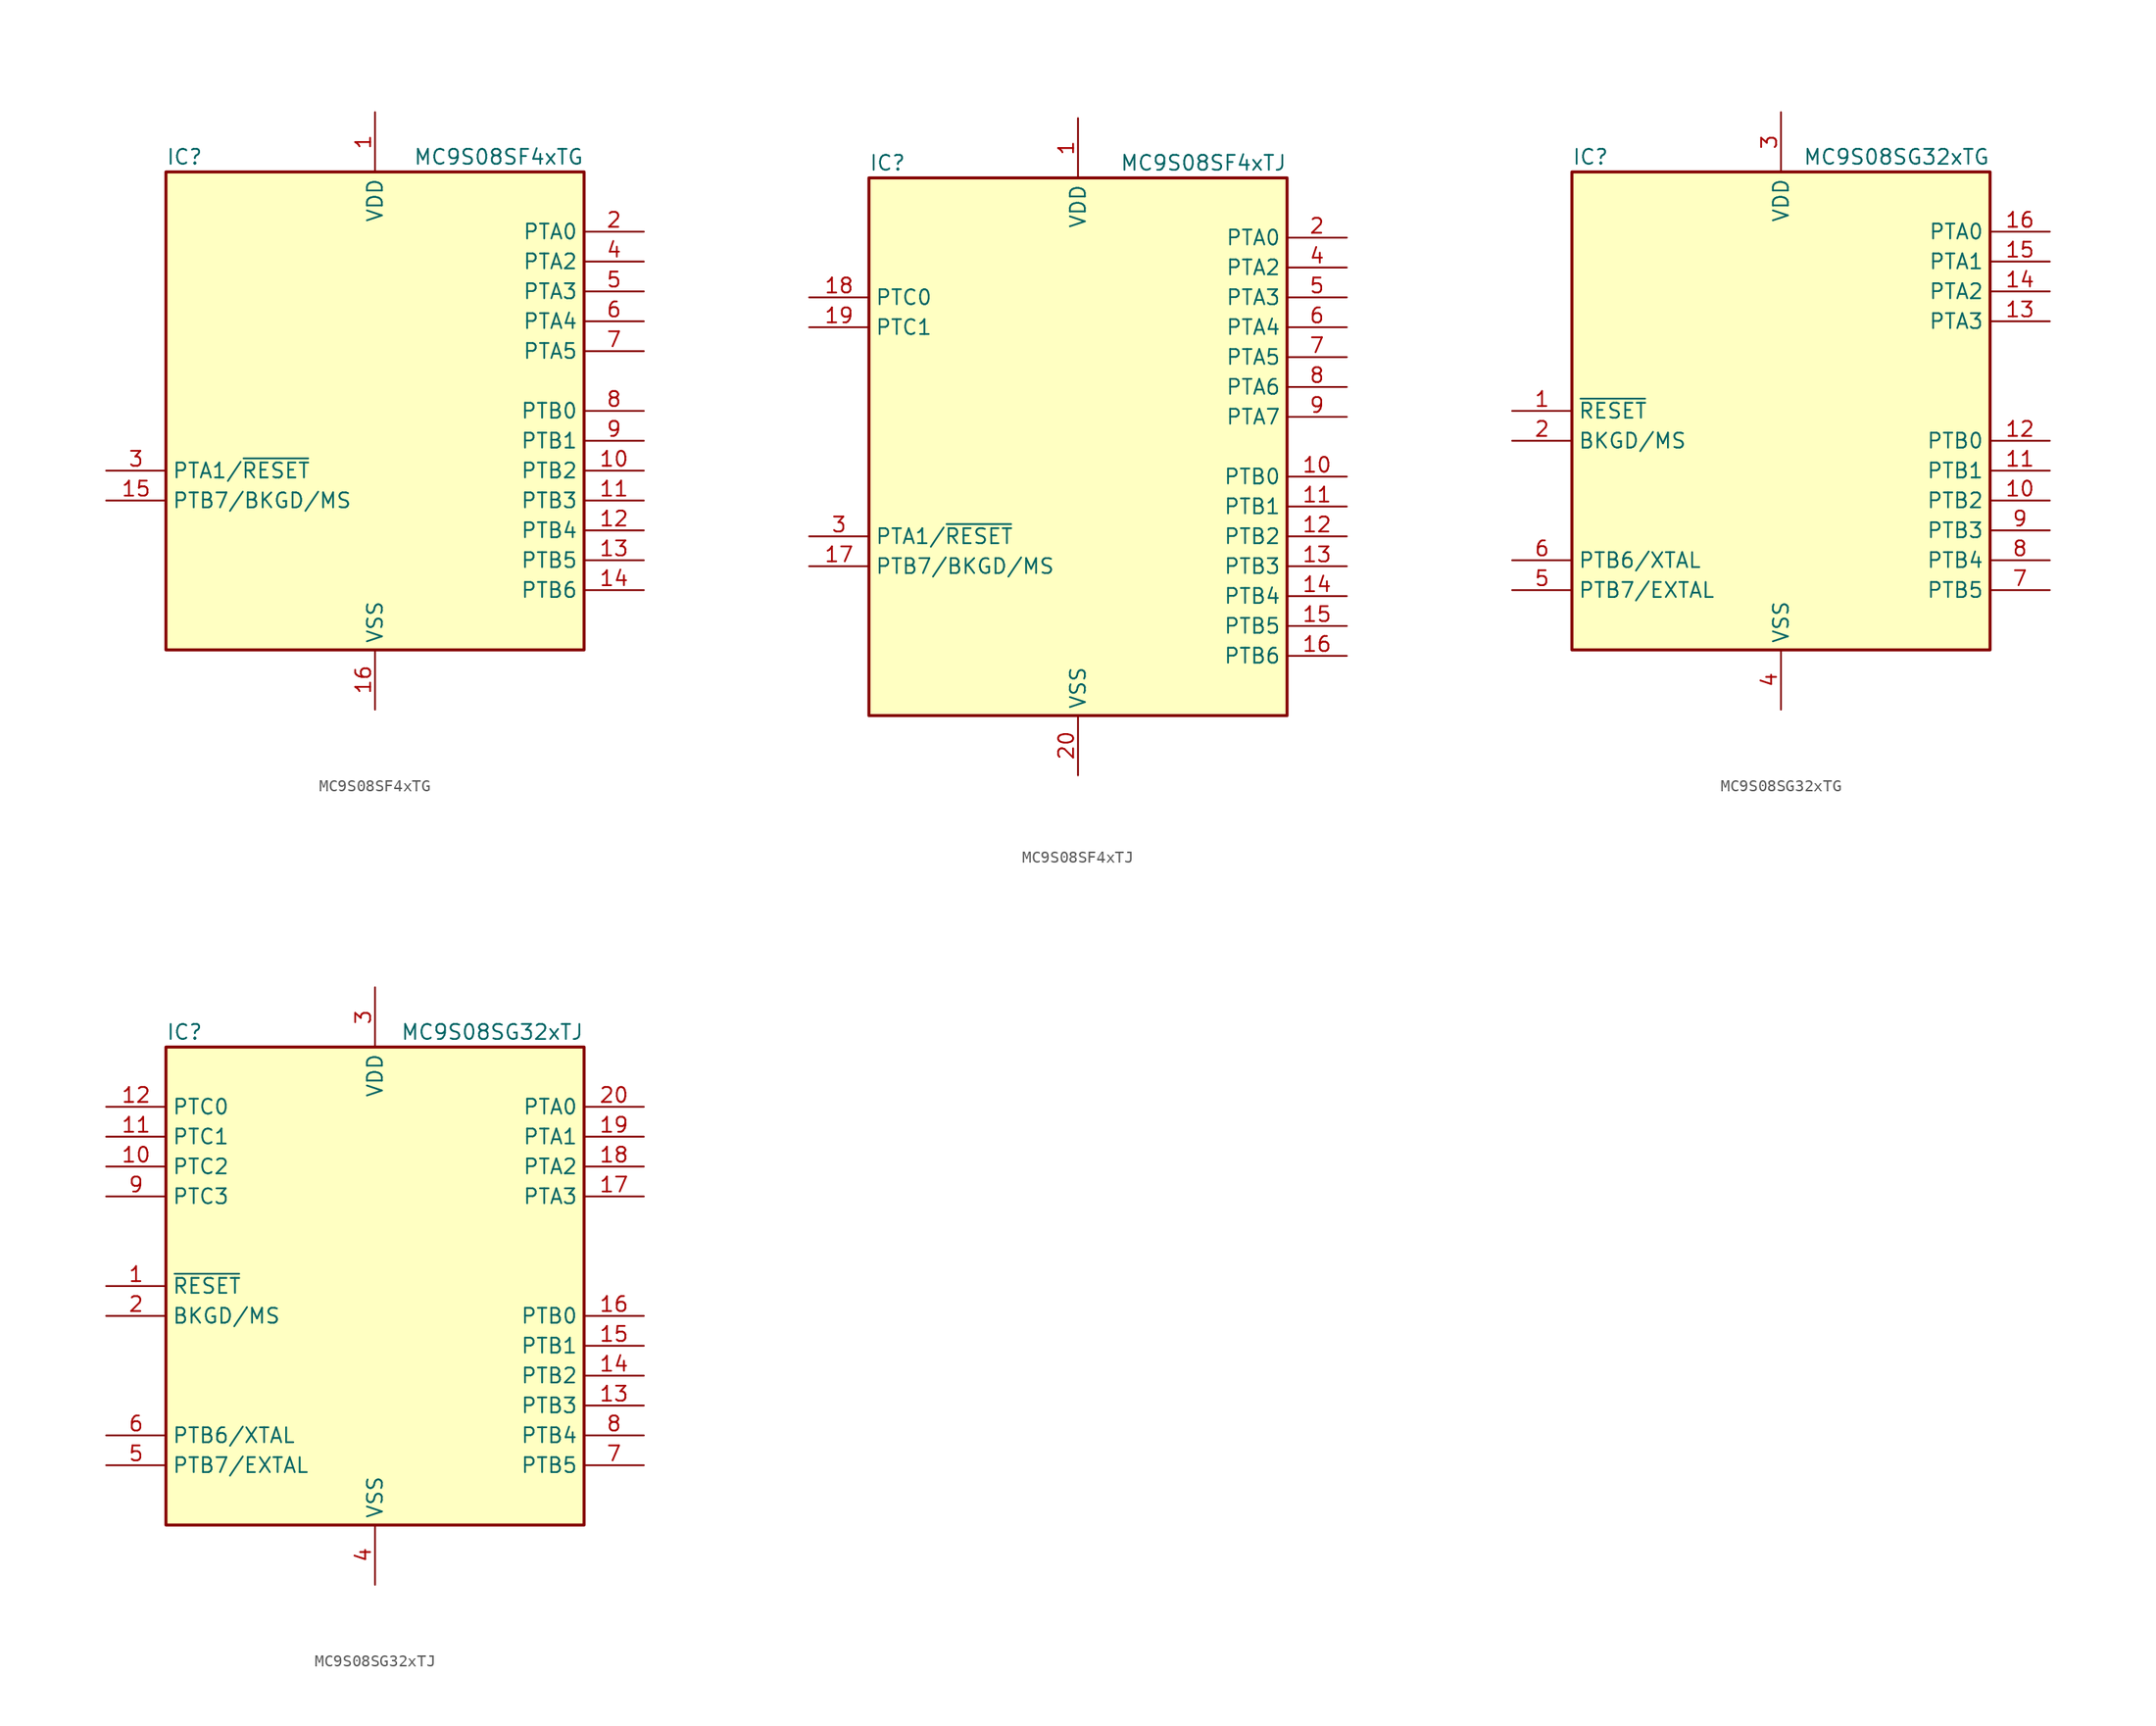
<source format=kicad_sym>
(kicad_symbol_lib
  (version 20211014)
  (generator kicad_symbol_editor)
  (symbol "MC9S08SF4xTG"
    (property "Reference" "IC"
      (at -17.78 21.59 0)
      (effects (font (size 1.27 1.27)) (justify left)))
    (property "Value" "MC9S08SF4xTG"
      (at 17.78 21.59 0)
      (effects (font (size 1.27 1.27)) (justify right)))
    (symbol "MC9S08SF4xTG_0_1"
      (rectangle (start -17.78 20.32) (end 17.78 -20.32) (stroke (width 0.254) (type default) (color 0 0 0 0)) (fill (type background))))
    (symbol "MC9S08SF4xTG_1_1"
      (pin power_in line (at 0 25.4 270) (length 5.08) (name "VDD" (effects (font (size 1.27 1.27)))) (number "1" (effects (font (size 1.27 1.27)))))
      (pin bidirectional line (at 22.86 -5.08 180) (length 5.08) (name "PTB2" (effects (font (size 1.27 1.27)))) (number "10" (effects (font (size 1.27 1.27)))))
      (pin bidirectional line (at 22.86 -7.62 180) (length 5.08) (name "PTB3" (effects (font (size 1.27 1.27)))) (number "11" (effects (font (size 1.27 1.27)))))
      (pin bidirectional line (at 22.86 -10.16 180) (length 5.08) (name "PTB4" (effects (font (size 1.27 1.27)))) (number "12" (effects (font (size 1.27 1.27)))))
      (pin bidirectional line (at 22.86 -12.7 180) (length 5.08) (name "PTB5" (effects (font (size 1.27 1.27)))) (number "13" (effects (font (size 1.27 1.27)))))
      (pin bidirectional line (at 22.86 -15.24 180) (length 5.08) (name "PTB6" (effects (font (size 1.27 1.27)))) (number "14" (effects (font (size 1.27 1.27)))))
      (pin bidirectional line (at -22.86 -7.62 0) (length 5.08) (name "PTB7/BKGD/MS" (effects (font (size 1.27 1.27)))) (number "15" (effects (font (size 1.27 1.27)))))
      (pin power_in line (at 0 -25.4 90) (length 5.08) (name "VSS" (effects (font (size 1.27 1.27)))) (number "16" (effects (font (size 1.27 1.27)))))
      (pin bidirectional line (at 22.86 15.24 180) (length 5.08) (name "PTA0" (effects (font (size 1.27 1.27)))) (number "2" (effects (font (size 1.27 1.27)))))
      (pin bidirectional line (at -22.86 -5.08 0) (length 5.08) (name "PTA1/~{RESET}" (effects (font (size 1.27 1.27)))) (number "3" (effects (font (size 1.27 1.27)))))
      (pin bidirectional line (at 22.86 12.7 180) (length 5.08) (name "PTA2" (effects (font (size 1.27 1.27)))) (number "4" (effects (font (size 1.27 1.27)))))
      (pin bidirectional line (at 22.86 10.16 180) (length 5.08) (name "PTA3" (effects (font (size 1.27 1.27)))) (number "5" (effects (font (size 1.27 1.27)))))
      (pin bidirectional line (at 22.86 7.62 180) (length 5.08) (name "PTA4" (effects (font (size 1.27 1.27)))) (number "6" (effects (font (size 1.27 1.27)))))
      (pin bidirectional line (at 22.86 5.08 180) (length 5.08) (name "PTA5" (effects (font (size 1.27 1.27)))) (number "7" (effects (font (size 1.27 1.27)))))
      (pin bidirectional line (at 22.86 0 180) (length 5.08) (name "PTB0" (effects (font (size 1.27 1.27)))) (number "8" (effects (font (size 1.27 1.27)))))
      (pin bidirectional line (at 22.86 -2.54 180) (length 5.08) (name "PTB1" (effects (font (size 1.27 1.27)))) (number "9" (effects (font (size 1.27 1.27)))))))
  (symbol "MC9S08SF4xTJ"
    (property "Reference" "IC"
      (at -17.78 24.13 0)
      (effects (font (size 1.27 1.27)) (justify left)))
    (property "Value" "MC9S08SF4xTJ"
      (at 17.78 24.13 0)
      (effects (font (size 1.27 1.27)) (justify right)))
    (symbol "MC9S08SF4xTJ_0_1"
      (rectangle (start -17.78 22.86) (end 17.78 -22.86) (stroke (width 0.254) (type default) (color 0 0 0 0)) (fill (type background))))
    (symbol "MC9S08SF4xTJ_1_1"
      (pin power_in line (at 0 27.94 270) (length 5.08) (name "VDD" (effects (font (size 1.27 1.27)))) (number "1" (effects (font (size 1.27 1.27)))))
      (pin bidirectional line (at 22.86 -2.54 180) (length 5.08) (name "PTB0" (effects (font (size 1.27 1.27)))) (number "10" (effects (font (size 1.27 1.27)))))
      (pin bidirectional line (at 22.86 -5.08 180) (length 5.08) (name "PTB1" (effects (font (size 1.27 1.27)))) (number "11" (effects (font (size 1.27 1.27)))))
      (pin bidirectional line (at 22.86 -7.62 180) (length 5.08) (name "PTB2" (effects (font (size 1.27 1.27)))) (number "12" (effects (font (size 1.27 1.27)))))
      (pin bidirectional line (at 22.86 -10.16 180) (length 5.08) (name "PTB3" (effects (font (size 1.27 1.27)))) (number "13" (effects (font (size 1.27 1.27)))))
      (pin bidirectional line (at 22.86 -12.7 180) (length 5.08) (name "PTB4" (effects (font (size 1.27 1.27)))) (number "14" (effects (font (size 1.27 1.27)))))
      (pin bidirectional line (at 22.86 -15.24 180) (length 5.08) (name "PTB5" (effects (font (size 1.27 1.27)))) (number "15" (effects (font (size 1.27 1.27)))))
      (pin bidirectional line (at 22.86 -17.78 180) (length 5.08) (name "PTB6" (effects (font (size 1.27 1.27)))) (number "16" (effects (font (size 1.27 1.27)))))
      (pin bidirectional line (at -22.86 -10.16 0) (length 5.08) (name "PTB7/BKGD/MS" (effects (font (size 1.27 1.27)))) (number "17" (effects (font (size 1.27 1.27)))))
      (pin bidirectional line (at -22.86 12.7 0) (length 5.08) (name "PTC0" (effects (font (size 1.27 1.27)))) (number "18" (effects (font (size 1.27 1.27)))))
      (pin bidirectional line (at -22.86 10.16 0) (length 5.08) (name "PTC1" (effects (font (size 1.27 1.27)))) (number "19" (effects (font (size 1.27 1.27)))))
      (pin bidirectional line (at 22.86 17.78 180) (length 5.08) (name "PTA0" (effects (font (size 1.27 1.27)))) (number "2" (effects (font (size 1.27 1.27)))))
      (pin power_in line (at 0 -27.94 90) (length 5.08) (name "VSS" (effects (font (size 1.27 1.27)))) (number "20" (effects (font (size 1.27 1.27)))))
      (pin bidirectional line (at -22.86 -7.62 0) (length 5.08) (name "PTA1/~{RESET}" (effects (font (size 1.27 1.27)))) (number "3" (effects (font (size 1.27 1.27)))))
      (pin bidirectional line (at 22.86 15.24 180) (length 5.08) (name "PTA2" (effects (font (size 1.27 1.27)))) (number "4" (effects (font (size 1.27 1.27)))))
      (pin bidirectional line (at 22.86 12.7 180) (length 5.08) (name "PTA3" (effects (font (size 1.27 1.27)))) (number "5" (effects (font (size 1.27 1.27)))))
      (pin bidirectional line (at 22.86 10.16 180) (length 5.08) (name "PTA4" (effects (font (size 1.27 1.27)))) (number "6" (effects (font (size 1.27 1.27)))))
      (pin bidirectional line (at 22.86 7.62 180) (length 5.08) (name "PTA5" (effects (font (size 1.27 1.27)))) (number "7" (effects (font (size 1.27 1.27)))))
      (pin bidirectional line (at 22.86 5.08 180) (length 5.08) (name "PTA6" (effects (font (size 1.27 1.27)))) (number "8" (effects (font (size 1.27 1.27)))))
      (pin bidirectional line (at 22.86 2.54 180) (length 5.08) (name "PTA7" (effects (font (size 1.27 1.27)))) (number "9" (effects (font (size 1.27 1.27)))))))
  (symbol "MC9S08SG32xTG"
    (property "Reference" "IC"
      (at -17.78 21.59 0)
      (effects (font (size 1.27 1.27)) (justify left)))
    (property "Value" "MC9S08SG32xTG"
      (at 17.78 21.59 0)
      (effects (font (size 1.27 1.27)) (justify right)))
    (symbol "MC9S08SG32xTG_0_1"
      (rectangle (start -17.78 20.32) (end 17.78 -20.32) (stroke (width 0.254) (type default) (color 0 0 0 0)) (fill (type background))))
    (symbol "MC9S08SG32xTG_1_1"
      (pin input line (at -22.86 0 0) (length 5.08) (name "~{RESET}" (effects (font (size 1.27 1.27)))) (number "1" (effects (font (size 1.27 1.27)))))
      (pin bidirectional line (at 22.86 -7.62 180) (length 5.08) (name "PTB2" (effects (font (size 1.27 1.27)))) (number "10" (effects (font (size 1.27 1.27)))))
      (pin bidirectional line (at 22.86 -5.08 180) (length 5.08) (name "PTB1" (effects (font (size 1.27 1.27)))) (number "11" (effects (font (size 1.27 1.27)))))
      (pin bidirectional line (at 22.86 -2.54 180) (length 5.08) (name "PTB0" (effects (font (size 1.27 1.27)))) (number "12" (effects (font (size 1.27 1.27)))))
      (pin bidirectional line (at 22.86 7.62 180) (length 5.08) (name "PTA3" (effects (font (size 1.27 1.27)))) (number "13" (effects (font (size 1.27 1.27)))))
      (pin bidirectional line (at 22.86 10.16 180) (length 5.08) (name "PTA2" (effects (font (size 1.27 1.27)))) (number "14" (effects (font (size 1.27 1.27)))))
      (pin bidirectional line (at 22.86 12.7 180) (length 5.08) (name "PTA1" (effects (font (size 1.27 1.27)))) (number "15" (effects (font (size 1.27 1.27)))))
      (pin bidirectional line (at 22.86 15.24 180) (length 5.08) (name "PTA0" (effects (font (size 1.27 1.27)))) (number "16" (effects (font (size 1.27 1.27)))))
      (pin bidirectional line (at -22.86 -2.54 0) (length 5.08) (name "BKGD/MS" (effects (font (size 1.27 1.27)))) (number "2" (effects (font (size 1.27 1.27)))))
      (pin power_in line (at 0 25.4 270) (length 5.08) (name "VDD" (effects (font (size 1.27 1.27)))) (number "3" (effects (font (size 1.27 1.27)))))
      (pin power_in line (at 0 -25.4 90) (length 5.08) (name "VSS" (effects (font (size 1.27 1.27)))) (number "4" (effects (font (size 1.27 1.27)))))
      (pin bidirectional line (at -22.86 -15.24 0) (length 5.08) (name "PTB7/EXTAL" (effects (font (size 1.27 1.27)))) (number "5" (effects (font (size 1.27 1.27)))))
      (pin bidirectional line (at -22.86 -12.7 0) (length 5.08) (name "PTB6/XTAL" (effects (font (size 1.27 1.27)))) (number "6" (effects (font (size 1.27 1.27)))))
      (pin bidirectional line (at 22.86 -15.24 180) (length 5.08) (name "PTB5" (effects (font (size 1.27 1.27)))) (number "7" (effects (font (size 1.27 1.27)))))
      (pin bidirectional line (at 22.86 -12.7 180) (length 5.08) (name "PTB4" (effects (font (size 1.27 1.27)))) (number "8" (effects (font (size 1.27 1.27)))))
      (pin bidirectional line (at 22.86 -10.16 180) (length 5.08) (name "PTB3" (effects (font (size 1.27 1.27)))) (number "9" (effects (font (size 1.27 1.27)))))))
  (symbol "MC9S08SG32xTJ"
    (property "Reference" "IC"
      (at -17.78 21.59 0)
      (effects (font (size 1.27 1.27)) (justify left)))
    (property "Value" "MC9S08SG32xTJ"
      (at 17.78 21.59 0)
      (effects (font (size 1.27 1.27)) (justify right)))
    (symbol "MC9S08SG32xTJ_0_1"
      (rectangle (start -17.78 20.32) (end 17.78 -20.32) (stroke (width 0.254) (type default) (color 0 0 0 0)) (fill (type background))))
    (symbol "MC9S08SG32xTJ_1_1"
      (pin input line (at -22.86 0 0) (length 5.08) (name "~{RESET}" (effects (font (size 1.27 1.27)))) (number "1" (effects (font (size 1.27 1.27)))))
      (pin bidirectional line (at -22.86 10.16 0) (length 5.08) (name "PTC2" (effects (font (size 1.27 1.27)))) (number "10" (effects (font (size 1.27 1.27)))))
      (pin bidirectional line (at -22.86 12.7 0) (length 5.08) (name "PTC1" (effects (font (size 1.27 1.27)))) (number "11" (effects (font (size 1.27 1.27)))))
      (pin bidirectional line (at -22.86 15.24 0) (length 5.08) (name "PTC0" (effects (font (size 1.27 1.27)))) (number "12" (effects (font (size 1.27 1.27)))))
      (pin bidirectional line (at 22.86 -10.16 180) (length 5.08) (name "PTB3" (effects (font (size 1.27 1.27)))) (number "13" (effects (font (size 1.27 1.27)))))
      (pin bidirectional line (at 22.86 -7.62 180) (length 5.08) (name "PTB2" (effects (font (size 1.27 1.27)))) (number "14" (effects (font (size 1.27 1.27)))))
      (pin bidirectional line (at 22.86 -5.08 180) (length 5.08) (name "PTB1" (effects (font (size 1.27 1.27)))) (number "15" (effects (font (size 1.27 1.27)))))
      (pin bidirectional line (at 22.86 -2.54 180) (length 5.08) (name "PTB0" (effects (font (size 1.27 1.27)))) (number "16" (effects (font (size 1.27 1.27)))))
      (pin bidirectional line (at 22.86 7.62 180) (length 5.08) (name "PTA3" (effects (font (size 1.27 1.27)))) (number "17" (effects (font (size 1.27 1.27)))))
      (pin bidirectional line (at 22.86 10.16 180) (length 5.08) (name "PTA2" (effects (font (size 1.27 1.27)))) (number "18" (effects (font (size 1.27 1.27)))))
      (pin bidirectional line (at 22.86 12.7 180) (length 5.08) (name "PTA1" (effects (font (size 1.27 1.27)))) (number "19" (effects (font (size 1.27 1.27)))))
      (pin bidirectional line (at -22.86 -2.54 0) (length 5.08) (name "BKGD/MS" (effects (font (size 1.27 1.27)))) (number "2" (effects (font (size 1.27 1.27)))))
      (pin bidirectional line (at 22.86 15.24 180) (length 5.08) (name "PTA0" (effects (font (size 1.27 1.27)))) (number "20" (effects (font (size 1.27 1.27)))))
      (pin power_in line (at 0 25.4 270) (length 5.08) (name "VDD" (effects (font (size 1.27 1.27)))) (number "3" (effects (font (size 1.27 1.27)))))
      (pin power_in line (at 0 -25.4 90) (length 5.08) (name "VSS" (effects (font (size 1.27 1.27)))) (number "4" (effects (font (size 1.27 1.27)))))
      (pin bidirectional line (at -22.86 -15.24 0) (length 5.08) (name "PTB7/EXTAL" (effects (font (size 1.27 1.27)))) (number "5" (effects (font (size 1.27 1.27)))))
      (pin bidirectional line (at -22.86 -12.7 0) (length 5.08) (name "PTB6/XTAL" (effects (font (size 1.27 1.27)))) (number "6" (effects (font (size 1.27 1.27)))))
      (pin bidirectional line (at 22.86 -15.24 180) (length 5.08) (name "PTB5" (effects (font (size 1.27 1.27)))) (number "7" (effects (font (size 1.27 1.27)))))
      (pin bidirectional line (at 22.86 -12.7 180) (length 5.08) (name "PTB4" (effects (font (size 1.27 1.27)))) (number "8" (effects (font (size 1.27 1.27)))))
      (pin bidirectional line (at -22.86 7.62 0) (length 5.08) (name "PTC3" (effects (font (size 1.27 1.27)))) (number "9" (effects (font (size 1.27 1.27))))))))
</source>
